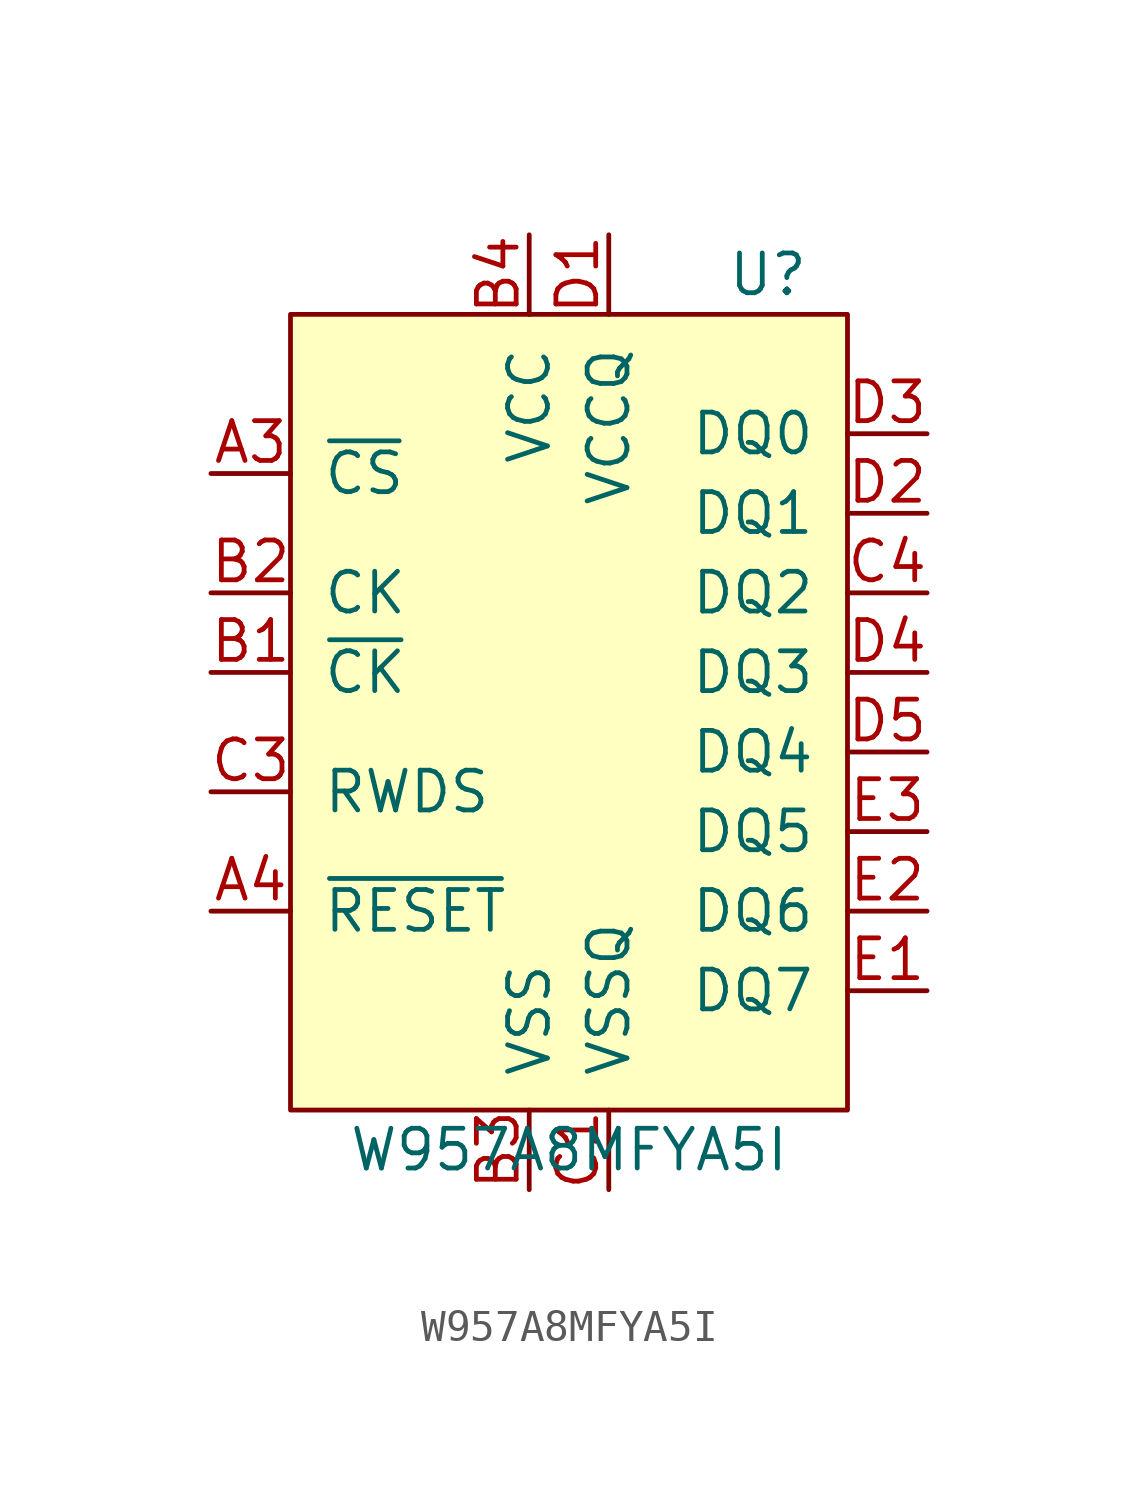
<source format=kicad_sym>
(kicad_symbol_lib
  (version 20201005)
  (generator kicad_symbol_editor)
  (symbol "W957A8MFYA5I"
    (pin_names
      (offset 1.016))
    (property "Reference" "U"
      (at 6.35 13.97 0)
      (effects (font (size 1.27 1.27))))
    (property "Value" "W957A8MFYA5I"
      (at 0 -13.97 0)
      (effects (font (size 1.27 1.27))))
    (symbol "W957A8MFYA5I_0_0"
      (pin input line (at -11.43 7.62 0) (length 2.54) (name "~CS~" (effects (font (size 1.27 1.27)))) (number "A3" (effects (font (size 1.27 1.27)))))
      (pin input line (at -11.43 3.81 0) (length 2.54) (name "CK" (effects (font (size 1.27 1.27)))) (number "B2" (effects (font (size 1.27 1.27)))))
      (pin power_in line (at -1.27 -15.24 90) (length 2.54) (name "VSS" (effects (font (size 1.27 1.27)))) (number "B3" (effects (font (size 1.27 1.27)))))
      (pin power_in line (at -1.27 15.24 270) (length 2.54) (name "VCC" (effects (font (size 1.27 1.27)))) (number "B4" (effects (font (size 1.27 1.27)))))
      (pin bidirectional line (at 11.43 3.81 180) (length 2.54) (name "DQ2" (effects (font (size 1.27 1.27)))) (number "C4" (effects (font (size 1.27 1.27)))))
      (pin bidirectional line (at 11.43 6.35 180) (length 2.54) (name "DQ1" (effects (font (size 1.27 1.27)))) (number "D2" (effects (font (size 1.27 1.27)))))
      (pin bidirectional line (at 11.43 8.89 180) (length 2.54) (name "DQ0" (effects (font (size 1.27 1.27)))) (number "D3" (effects (font (size 1.27 1.27)))))
      (pin bidirectional line (at 11.43 1.27 180) (length 2.54) (name "DQ3" (effects (font (size 1.27 1.27)))) (number "D4" (effects (font (size 1.27 1.27))))))
    (symbol "W957A8MFYA5I_0_1"
      (rectangle (start -8.89 12.7) (end 8.89 -12.7) (stroke (width 0)) (fill (type background))))
    (symbol "W957A8MFYA5I_1_1"
      (pin no_connect line (at -11.43 -8.89 0) (length 2.54) hide (name "RFU" (effects (font (size 1.27 1.27)))) (number "A2" (effects (font (size 1.27 1.27)))))
      (pin input line (at -11.43 -6.35 0) (length 2.54) (name "~RESET~" (effects (font (size 1.27 1.27)))) (number "A4" (effects (font (size 1.27 1.27)))))
      (pin no_connect line (at -11.43 -11.43 0) (length 2.54) hide (name "RFU" (effects (font (size 1.27 1.27)))) (number "A5" (effects (font (size 1.27 1.27)))))
      (pin input line (at -11.43 1.27 0) (length 2.54) (name "~CK~" (effects (font (size 1.27 1.27)))) (number "B1" (effects (font (size 1.27 1.27)))))
      (pin no_connect line (at -6.35 -15.24 90) (length 2.54) hide (name "RFU" (effects (font (size 1.27 1.27)))) (number "B5" (effects (font (size 1.27 1.27)))))
      (pin power_in line (at 1.27 -15.24 90) (length 2.54) (name "VSSQ" (effects (font (size 1.27 1.27)))) (number "C1" (effects (font (size 1.27 1.27)))))
      (pin no_connect line (at -3.81 -15.24 90) (length 2.54) hide (name "RFU" (effects (font (size 1.27 1.27)))) (number "C2" (effects (font (size 1.27 1.27)))))
      (pin input line (at -11.43 -2.54 0) (length 2.54) (name "RWDS" (effects (font (size 1.27 1.27)))) (number "C3" (effects (font (size 1.27 1.27)))))
      (pin no_connect line (at 3.81 -15.24 90) (length 2.54) hide (name "RFU" (effects (font (size 1.27 1.27)))) (number "C5" (effects (font (size 1.27 1.27)))))
      (pin power_in line (at 1.27 15.24 270) (length 2.54) (name "VCCQ" (effects (font (size 1.27 1.27)))) (number "D1" (effects (font (size 1.27 1.27)))))
      (pin bidirectional line (at 11.43 -1.27 180) (length 2.54) (name "DQ4" (effects (font (size 1.27 1.27)))) (number "D5" (effects (font (size 1.27 1.27)))))
      (pin bidirectional line (at 11.43 -8.89 180) (length 2.54) (name "DQ7" (effects (font (size 1.27 1.27)))) (number "E1" (effects (font (size 1.27 1.27)))))
      (pin bidirectional line (at 11.43 -6.35 180) (length 2.54) (name "DQ6" (effects (font (size 1.27 1.27)))) (number "E2" (effects (font (size 1.27 1.27)))))
      (pin bidirectional line (at 11.43 -3.81 180) (length 2.54) (name "DQ5" (effects (font (size 1.27 1.27)))) (number "E3" (effects (font (size 1.27 1.27)))))
      (pin passive line (at 1.27 15.24 270) (length 2.54) hide (name "VCCQ" (effects (font (size 1.27 1.27)))) (number "E4" (effects (font (size 1.27 1.27)))))
      (pin passive line (at 1.27 -15.24 90) (length 2.54) hide (name "VSSQ" (effects (font (size 1.27 1.27)))) (number "E5" (effects (font (size 1.27 1.27))))))))
</source>
